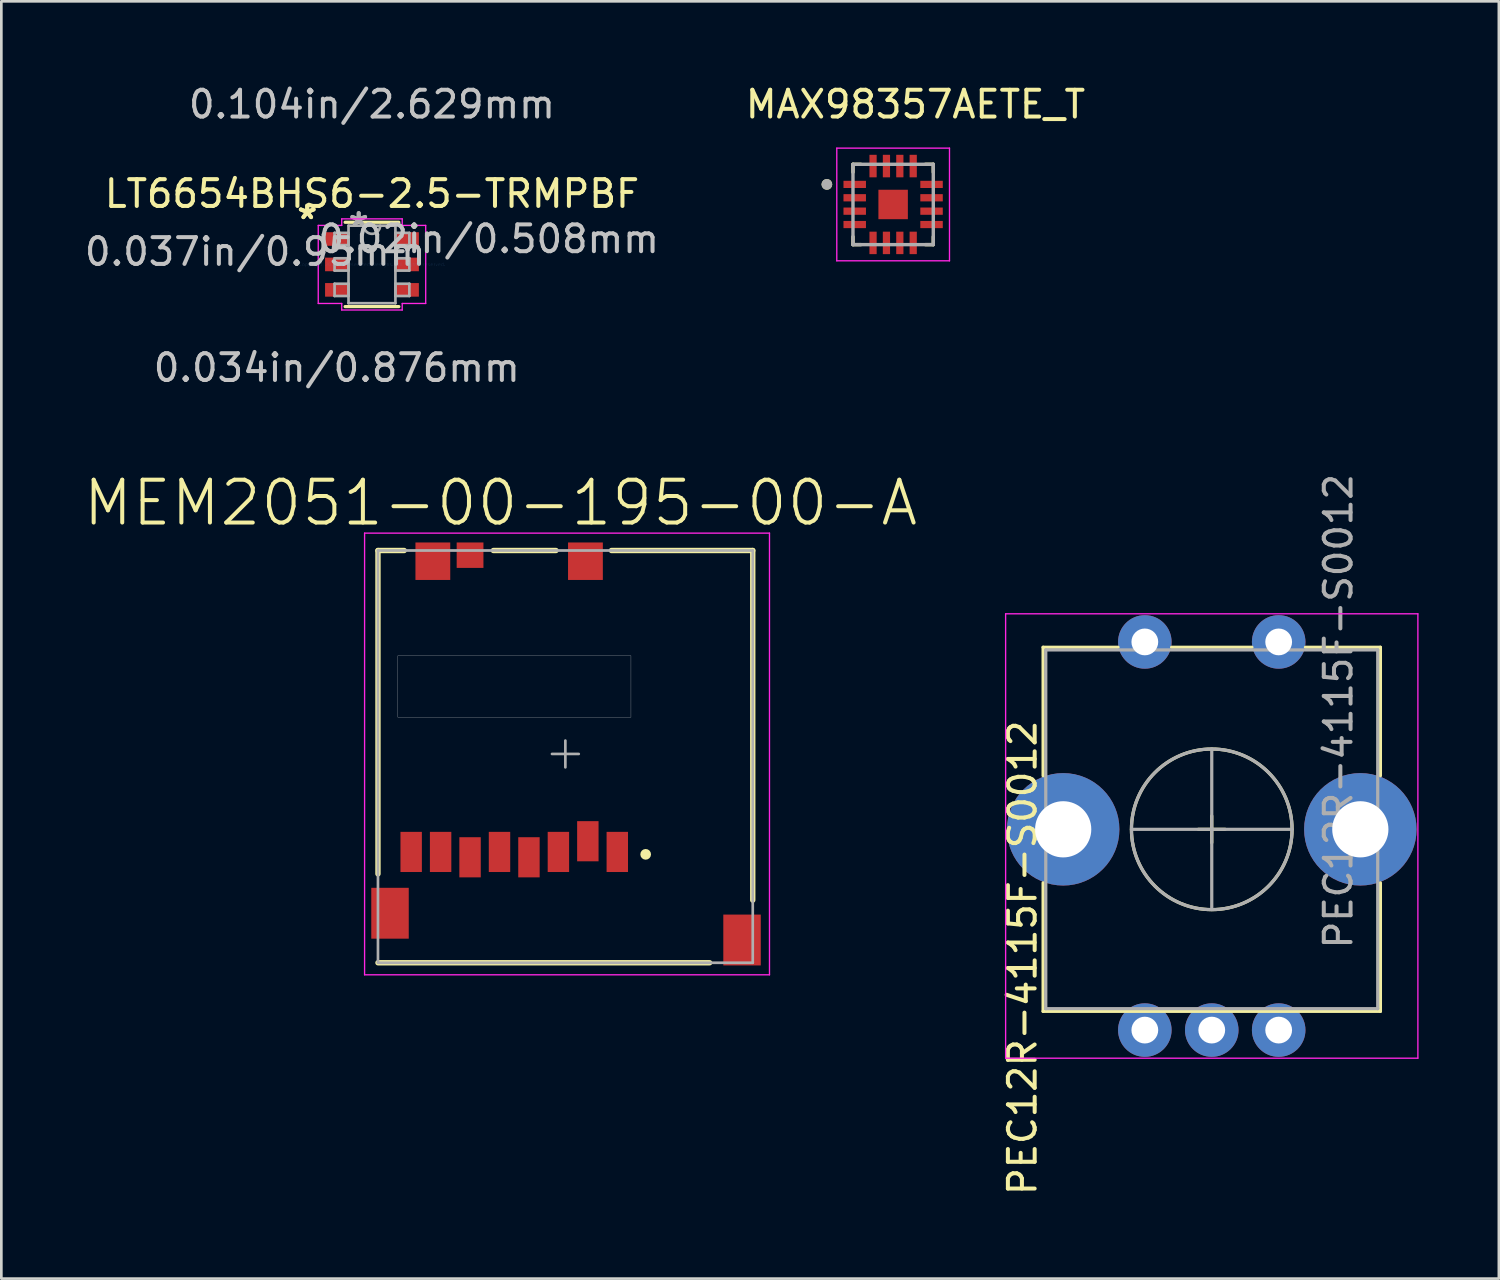
<source format=kicad_pcb>
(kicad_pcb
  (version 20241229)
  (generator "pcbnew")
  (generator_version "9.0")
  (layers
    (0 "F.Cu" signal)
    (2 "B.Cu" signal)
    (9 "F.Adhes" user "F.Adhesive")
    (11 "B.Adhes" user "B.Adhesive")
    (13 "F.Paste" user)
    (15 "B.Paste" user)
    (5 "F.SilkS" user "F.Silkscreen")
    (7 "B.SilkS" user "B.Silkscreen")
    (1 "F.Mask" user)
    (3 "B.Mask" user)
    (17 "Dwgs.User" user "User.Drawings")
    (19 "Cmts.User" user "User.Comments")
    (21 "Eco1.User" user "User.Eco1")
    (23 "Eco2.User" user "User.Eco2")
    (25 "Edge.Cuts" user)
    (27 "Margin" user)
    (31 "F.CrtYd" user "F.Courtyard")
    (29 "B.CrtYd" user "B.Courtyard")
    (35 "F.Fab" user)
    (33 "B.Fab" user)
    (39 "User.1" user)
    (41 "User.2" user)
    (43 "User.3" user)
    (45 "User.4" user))
  (footprint "LT6654BHS6-2.5-TRMPBF"
    (layer "F.Cu")
    (at 10.845 6.828)
    (property "Reference" "LT6654BHS6-2.5-TRMPBF" (at 0 -2.64 0) (layer "F.SilkS") (effects (font (size 1 1) (thickness 0.15))))
    (attr through_hole)
    (fp_line (start -1.003 1.575) (end 1.003 1.575) (stroke (width 0.12) (type solid)) (layer "F.SilkS"))
    (fp_line (start 1.003 -1.575) (end -1.003 -1.575) (stroke (width 0.12) (type solid)) (layer "F.SilkS"))
    (fp_line (start -2.007 -1.458) (end -1.13 -1.458) (stroke (width 0.05) (type solid)) (layer "F.CrtYd"))
    (fp_line (start -2.007 1.458) (end -2.007 -1.458) (stroke (width 0.05) (type solid)) (layer "F.CrtYd"))
    (fp_line (start -1.13 -1.702) (end 1.13 -1.702) (stroke (width 0.05) (type solid)) (layer "F.CrtYd"))
    (fp_line (start -1.13 -1.458) (end -1.13 -1.702) (stroke (width 0.05) (type solid)) (layer "F.CrtYd"))
    (fp_line (start -1.13 1.458) (end -2.007 1.458) (stroke (width 0.05) (type solid)) (layer "F.CrtYd"))
    (fp_line (start -1.13 1.702) (end -1.13 1.458) (stroke (width 0.05) (type solid)) (layer "F.CrtYd"))
    (fp_line (start 1.13 -1.702) (end 1.13 -1.458) (stroke (width 0.05) (type solid)) (layer "F.CrtYd"))
    (fp_line (start 1.13 -1.458) (end 2.007 -1.458) (stroke (width 0.05) (type solid)) (layer "F.CrtYd"))
    (fp_line (start 1.13 1.458) (end 1.13 1.702) (stroke (width 0.05) (type solid)) (layer "F.CrtYd"))
    (fp_line (start 1.13 1.702) (end -1.13 1.702) (stroke (width 0.05) (type solid)) (layer "F.CrtYd"))
    (fp_line (start 2.007 -1.458) (end 2.007 1.458) (stroke (width 0.05) (type solid)) (layer "F.CrtYd"))
    (fp_line (start 2.007 1.458) (end 1.13 1.458) (stroke (width 0.05) (type solid)) (layer "F.CrtYd"))
    (fp_line (start -1.397 -1.179) (end -1.397 -0.721) (stroke (width 0.1) (type solid)) (layer "F.Fab"))
    (fp_line (start -1.397 -0.721) (end -0.876 -0.721) (stroke (width 0.1) (type solid)) (layer "F.Fab"))
    (fp_line (start -1.397 -0.229) (end -1.397 0.229) (stroke (width 0.1) (type solid)) (layer "F.Fab"))
    (fp_line (start -1.397 0.229) (end -0.876 0.229) (stroke (width 0.1) (type solid)) (layer "F.Fab"))
    (fp_line (start -1.397 0.721) (end -1.397 1.179) (stroke (width 0.1) (type solid)) (layer "F.Fab"))
    (fp_line (start -1.397 1.179) (end -0.876 1.179) (stroke (width 0.1) (type solid)) (layer "F.Fab"))
    (fp_line (start -0.876 -1.448) (end -0.876 1.448) (stroke (width 0.1) (type solid)) (layer "F.Fab"))
    (fp_line (start -0.876 -1.179) (end -1.397 -1.179) (stroke (width 0.1) (type solid)) (layer "F.Fab"))
    (fp_line (start -0.876 -0.721) (end -0.876 -1.179) (stroke (width 0.1) (type solid)) (layer "F.Fab"))
    (fp_line (start -0.876 -0.229) (end -1.397 -0.229) (stroke (width 0.1) (type solid)) (layer "F.Fab"))
    (fp_line (start -0.876 0.229) (end -0.876 -0.229) (stroke (width 0.1) (type solid)) (layer "F.Fab"))
    (fp_line (start -0.876 0.721) (end -1.397 0.721) (stroke (width 0.1) (type solid)) (layer "F.Fab"))
    (fp_line (start -0.876 1.179) (end -0.876 0.721) (stroke (width 0.1) (type solid)) (layer "F.Fab"))
    (fp_line (start -0.876 1.448) (end 0.876 1.448) (stroke (width 0.1) (type solid)) (layer "F.Fab"))
    (fp_line (start 0.876 -1.448) (end -0.876 -1.448) (stroke (width 0.1) (type solid)) (layer "F.Fab"))
    (fp_line (start 0.876 -1.179) (end 0.876 -0.721) (stroke (width 0.1) (type solid)) (layer "F.Fab"))
    (fp_line (start 0.876 -0.721) (end 1.397 -0.721) (stroke (width 0.1) (type solid)) (layer "F.Fab"))
    (fp_line (start 0.876 -0.229) (end 0.876 0.229) (stroke (width 0.1) (type solid)) (layer "F.Fab"))
    (fp_line (start 0.876 0.229) (end 1.397 0.229) (stroke (width 0.1) (type solid)) (layer "F.Fab"))
    (fp_line (start 0.876 0.721) (end 0.876 1.179) (stroke (width 0.1) (type solid)) (layer "F.Fab"))
    (fp_line (start 0.876 1.179) (end 1.397 1.179) (stroke (width 0.1) (type solid)) (layer "F.Fab"))
    (fp_line (start 0.876 1.448) (end 0.876 -1.448) (stroke (width 0.1) (type solid)) (layer "F.Fab"))
    (fp_line (start 1.397 -1.179) (end 0.876 -1.179) (stroke (width 0.1) (type solid)) (layer "F.Fab"))
    (fp_line (start 1.397 -0.721) (end 1.397 -1.179) (stroke (width 0.1) (type solid)) (layer "F.Fab"))
    (fp_line (start 1.397 -0.229) (end 0.876 -0.229) (stroke (width 0.1) (type solid)) (layer "F.Fab"))
    (fp_line (start 1.397 0.229) (end 1.397 -0.229) (stroke (width 0.1) (type solid)) (layer "F.Fab"))
    (fp_line (start 1.397 0.721) (end 0.876 0.721) (stroke (width 0.1) (type solid)) (layer "F.Fab"))
    (fp_line (start 1.397 1.179) (end 1.397 0.721) (stroke (width 0.1) (type solid)) (layer "F.Fab"))
    (fp_arc (start 0.3048 -1.4478) (mid 0 -1.143) (end -0.3048 -1.4478) (stroke (width 0.1) (type solid)) (layer "F.Fab"))
    (fp_text user "*" (at -2.418 -1.651 0) (layer "F.SilkS") (effects (font (size 1 1) (thickness 0.15))))
    (fp_text user "*" (at -2.418 -1.651 0) (layer "F.SilkS") (effects (font (size 1 1) (thickness 0.15))))
    (fp_text user "0.034in/0.876mm" (at -1.314 3.861 0) (layer "Dwgs.User") (effects (font (size 1 1) (thickness 0.15))))
    (fp_text user "0.037in/0.95mm" (at -4.362 -0.475 0) (layer "Dwgs.User") (effects (font (size 1 1) (thickness 0.15))))
    (fp_text user "0.02in/0.508mm" (at 4.362 -0.95 0) (layer "Dwgs.User") (effects (font (size 1 1) (thickness 0.15))))
    (fp_text user "0.104in/2.629mm" (at 0 -5.98 0) (layer "Dwgs.User") (effects (font (size 1 1) (thickness 0.15))))
    (fp_text user "Copyright 2021 Accelerated Designs. All rights reserved." (at 0 0 0) (layer "Cmts.User") (effects (font (size 0.127 0.127) (thickness 0.002))))
    (fp_text user "*" (at -0.495 -1.372 0) (layer "F.Fab") (effects (font (size 1 1) (thickness 0.15))))
    (fp_text user "*" (at -0.495 -1.372 0) (layer "F.Fab") (effects (font (size 1 1) (thickness 0.15))))
    (pad "1" smd rect (at -1.314 -0.95) (size 0.876 0.508) (layers "F.Cu" "F.Mask" "F.Paste"))
    (pad "2" smd rect (at -1.314 0) (size 0.876 0.508) (layers "F.Cu" "F.Mask" "F.Paste"))
    (pad "3" smd rect (at -1.314 0.95) (size 0.876 0.508) (layers "F.Cu" "F.Mask" "F.Paste"))
    (pad "4" smd rect (at 1.314 0.95) (size 0.876 0.508) (layers "F.Cu" "F.Mask" "F.Paste"))
    (pad "5" smd rect (at 1.314 0) (size 0.876 0.508) (layers "F.Cu" "F.Mask" "F.Paste"))
    (pad "6" smd rect (at 1.314 -0.95) (size 0.876 0.508) (layers "F.Cu" "F.Mask" "F.Paste")))
  (footprint "PEC12R-4115F-S0012"
    (layer "F.Cu")
    (at 42.215 27.929)
    (property "Reference" "PEC12R-4115F-S0012" (at -7.07 4.8 90) (layer "F.SilkS") (effects (font (size 1 1) (thickness 0.15))))
    (attr through_hole)
    (fp_line (start -6.3 -6.8) (end -3.5 -6.8) (stroke (width 0.12) (type solid)) (layer "F.SilkS"))
    (fp_line (start -6.3 -2) (end -6.3 -6.8) (stroke (width 0.12) (type solid)) (layer "F.SilkS"))
    (fp_line (start -6.3 2) (end -6.3 6.8) (stroke (width 0.12) (type solid)) (layer "F.SilkS"))
    (fp_line (start -6.3 6.8) (end 6.3 6.8) (stroke (width 0.12) (type solid)) (layer "F.SilkS"))
    (fp_line (start -1.5 -6.8) (end 1.5 -6.8) (stroke (width 0.12) (type solid)) (layer "F.SilkS"))
    (fp_line (start -0.5 0) (end 0.5 0) (stroke (width 0.12) (type solid)) (layer "F.SilkS"))
    (fp_line (start 0 0.5) (end 0 -0.5) (stroke (width 0.12) (type solid)) (layer "F.SilkS"))
    (fp_line (start 3.5 -6.8) (end 6.3 -6.8) (stroke (width 0.12) (type solid)) (layer "F.SilkS"))
    (fp_line (start 6.3 -6.8) (end 6.3 -2) (stroke (width 0.12) (type solid)) (layer "F.SilkS"))
    (fp_line (start 6.3 2) (end 6.3 6.8) (stroke (width 0.12) (type solid)) (layer "F.SilkS"))
    (fp_circle (center 0 0) (end 3 0) (stroke (width 0.12) (type solid)) (fill no) (layer "F.SilkS"))
    (fp_line (start -7.7 8.55) (end -7.7 -8.05) (stroke (width 0.05) (type solid)) (layer "F.CrtYd"))
    (fp_line (start -7.7 8.55) (end 7.7 8.55) (stroke (width 0.05) (type solid)) (layer "F.CrtYd"))
    (fp_line (start 7.7 -8.05) (end -7.7 -8.05) (stroke (width 0.05) (type solid)) (layer "F.CrtYd"))
    (fp_line (start 7.7 -8.05) (end 7.7 8.55) (stroke (width 0.05) (type solid)) (layer "F.CrtYd"))
    (fp_line (start -6.2 -6.7) (end 6.2 -6.7) (stroke (width 0.12) (type solid)) (layer "F.Fab"))
    (fp_line (start -6.2 6.7) (end -6.2 -6.7) (stroke (width 0.12) (type solid)) (layer "F.Fab"))
    (fp_line (start -3 0) (end 3 0) (stroke (width 0.12) (type solid)) (layer "F.Fab"))
    (fp_line (start 0 3) (end 0 -3) (stroke (width 0.12) (type solid)) (layer "F.Fab"))
    (fp_line (start 6.2 -6.7) (end 6.2 6.7) (stroke (width 0.12) (type solid)) (layer "F.Fab"))
    (fp_line (start 6.2 6.7) (end -6.2 6.7) (stroke (width 0.12) (type solid)) (layer "F.Fab"))
    (fp_circle (center 0 0) (end 3 0) (stroke (width 0.12) (type solid)) (fill no) (layer "F.Fab"))
    (fp_text user "${REFERENCE}" (at 4.73 -4.41 90) (layer "F.Fab") (effects (font (size 1 1) (thickness 0.15))))
    (pad "1" thru_hole circle (at -2.5 -7 90) (size 2 2) (drill 1) (layers "*.Cu" "*.Mask"))
    (pad "2" thru_hole circle (at 2.5 -7 90) (size 2 2) (drill 1) (layers "*.Cu" "*.Mask"))
    (pad "A" thru_hole circle (at -2.5 7.5 90) (size 2 2) (drill 1) (layers "*.Cu" "*.Mask"))
    (pad "B" thru_hole circle (at 2.5 7.5 90) (size 2 2) (drill 1) (layers "*.Cu" "*.Mask"))
    (pad "C" thru_hole circle (at 0 7.5 90) (size 2 2) (drill 1) (layers "*.Cu" "*.Mask"))
    (pad "MP" thru_hole circle (at -5.55 0) (size 4.2 4.2) (drill 2.1) (layers "*.Cu" "*.Mask"))
    (pad "MP" thru_hole circle (at 5.55 0) (size 4.2 4.2) (drill 2.1) (layers "*.Cu" "*.Mask")))
  (footprint "MEM2051-00-195-00-A"
    (layer "F.Cu")
    (at 18.069 25.114)
    (property "Reference" "MEM2051-00-195-00-A" (at -2.42 -9.377 0) (layer "F.SilkS") (effects (font (size 1.6 1.6) (thickness 0.15))))
    (attr through_hole)
    (fp_line (start -7 -7.6) (end -6.02 -7.6) (stroke (width 0.2) (type solid)) (layer "F.SilkS"))
    (fp_line (start -7 4.48) (end -7 -7.6) (stroke (width 0.2) (type solid)) (layer "F.SilkS"))
    (fp_line (start -7 7.8) (end 5.39 7.8) (stroke (width 0.2) (type solid)) (layer "F.SilkS"))
    (fp_line (start -2.69 -7.6) (end -0.35 -7.6) (stroke (width 0.2) (type solid)) (layer "F.SilkS"))
    (fp_line (start 1.72 -7.6) (end 7 -7.6) (stroke (width 0.2) (type solid)) (layer "F.SilkS"))
    (fp_line (start 7 5.46) (end 7 -7.6) (stroke (width 0.2) (type solid)) (layer "F.SilkS"))
    (fp_circle (center 3 3.75) (end 3.1 3.75) (stroke (width 0.2) (type solid)) (fill no) (layer "F.SilkS"))
    (fp_poly (pts (xy -6.258 -3.67) (xy 2.45 -3.67) (xy 2.45 -1.372) (xy -6.258 -1.372)) (stroke (width 0.01) (type solid)) (fill no) (layer "Dwgs.User"))
    (fp_line (start -7.5 -8.25) (end 7.625 -8.25) (stroke (width 0.05) (type solid)) (layer "F.CrtYd"))
    (fp_line (start -7.5 8.25) (end -7.5 -8.25) (stroke (width 0.05) (type solid)) (layer "F.CrtYd"))
    (fp_line (start 7.625 -8.25) (end 7.625 8.25) (stroke (width 0.05) (type solid)) (layer "F.CrtYd"))
    (fp_line (start 7.625 8.25) (end -7.5 8.25) (stroke (width 0.05) (type solid)) (layer "F.CrtYd"))
    (fp_line (start -7 -7.6) (end 7 -7.6) (stroke (width 0.1) (type solid)) (layer "F.Fab"))
    (fp_line (start -7 7.8) (end -7 -7.6) (stroke (width 0.1) (type solid)) (layer "F.Fab"))
    (fp_line (start -7 7.8) (end 7 7.8) (stroke (width 0.1) (type solid)) (layer "F.Fab"))
    (fp_line (start -0.5 0) (end 0.5 0) (stroke (width 0.1) (type solid)) (layer "F.Fab"))
    (fp_line (start 0 0.5) (end 0 -0.5) (stroke (width 0.1) (type solid)) (layer "F.Fab"))
    (fp_line (start 7 7.8) (end 7 -7.6) (stroke (width 0.1) (type solid)) (layer "F.Fab"))
    (pad "1" smd rect (at 1.94 3.66) (size 0.8 1.5) (layers "F.Cu" "F.Mask" "F.Paste"))
    (pad "2" smd rect (at 0.84 3.26) (size 0.8 1.5) (layers "F.Cu" "F.Mask" "F.Paste"))
    (pad "3" smd rect (at -0.26 3.66) (size 0.8 1.5) (layers "F.Cu" "F.Mask" "F.Paste"))
    (pad "4" smd rect (at -1.36 3.86) (size 0.8 1.5) (layers "F.Cu" "F.Mask" "F.Paste"))
    (pad "5" smd rect (at -2.46 3.66) (size 0.8 1.5) (layers "F.Cu" "F.Mask" "F.Paste"))
    (pad "6" smd rect (at -3.56 3.86) (size 0.8 1.5) (layers "F.Cu" "F.Mask" "F.Paste"))
    (pad "7" smd rect (at -4.66 3.66) (size 0.8 1.5) (layers "F.Cu" "F.Mask" "F.Paste"))
    (pad "8" smd rect (at -5.76 3.66) (size 0.8 1.5) (layers "F.Cu" "F.Mask" "F.Paste"))
    (pad "9" smd rect (at -3.56 -7.425) (size 1 0.95) (layers "F.Cu" "F.Mask" "F.Paste"))
    (pad "10" smd rect (at -4.95 -7.2) (size 1.3 1.4) (layers "F.Cu" "F.Mask" "F.Paste"))
    (pad "11" smd rect (at 0.75 -7.2) (size 1.3 1.4) (layers "F.Cu" "F.Mask" "F.Paste"))
    (pad "12" smd rect (at -6.55 5.95) (size 1.4 1.9) (layers "F.Cu" "F.Mask" "F.Paste"))
    (pad "13" smd rect (at 6.6 6.95) (size 1.4 1.9) (layers "F.Cu" "F.Mask" "F.Paste")))
  (footprint "MAX98357AETE_T"
    (layer "F.Cu")
    (at 30.313 4.588)
    (property "Reference" "MAX98357AETE_T" (at 0.835 -3.74 0) (layer "F.SilkS") (effects (font (size 1 1) (thickness 0.15))))
    (attr through_hole)
    (fp_line (start -1.5 -1.5) (end -1.5 -1.205) (stroke (width 0.127) (type solid)) (layer "F.SilkS"))
    (fp_line (start -1.5 -1.5) (end -1.205 -1.5) (stroke (width 0.127) (type solid)) (layer "F.SilkS"))
    (fp_line (start -1.5 1.5) (end -1.5 1.205) (stroke (width 0.127) (type solid)) (layer "F.SilkS"))
    (fp_line (start -1.5 1.5) (end -1.205 1.5) (stroke (width 0.127) (type solid)) (layer "F.SilkS"))
    (fp_line (start 1.5 -1.5) (end 1.205 -1.5) (stroke (width 0.127) (type solid)) (layer "F.SilkS"))
    (fp_line (start 1.5 -1.5) (end 1.5 -1.205) (stroke (width 0.127) (type solid)) (layer "F.SilkS"))
    (fp_line (start 1.5 1.5) (end 1.205 1.5) (stroke (width 0.127) (type solid)) (layer "F.SilkS"))
    (fp_line (start 1.5 1.5) (end 1.5 1.205) (stroke (width 0.127) (type solid)) (layer "F.SilkS"))
    (fp_circle (center -2.475 -0.75) (end -2.375 -0.75) (stroke (width 0.2) (type solid)) (fill no) (layer "F.SilkS"))
    (fp_poly (pts (xy -0.35 -0.35) (xy 0.35 -0.35) (xy 0.35 0.35) (xy -0.35 0.35)) (stroke (width 0.01) (type solid)) (fill yes) (layer "F.Paste"))
    (fp_line (start -2.105 -2.105) (end 2.105 -2.105) (stroke (width 0.05) (type solid)) (layer "F.CrtYd"))
    (fp_line (start -2.105 2.105) (end -2.105 -2.105) (stroke (width 0.05) (type solid)) (layer "F.CrtYd"))
    (fp_line (start -2.105 2.105) (end 2.105 2.105) (stroke (width 0.05) (type solid)) (layer "F.CrtYd"))
    (fp_line (start 2.105 2.105) (end 2.105 -2.105) (stroke (width 0.05) (type solid)) (layer "F.CrtYd"))
    (fp_line (start -1.5 1.5) (end -1.5 -1.5) (stroke (width 0.127) (type solid)) (layer "F.Fab"))
    (fp_line (start 1.5 -1.5) (end -1.5 -1.5) (stroke (width 0.127) (type solid)) (layer "F.Fab"))
    (fp_line (start 1.5 1.5) (end -1.5 1.5) (stroke (width 0.127) (type solid)) (layer "F.Fab"))
    (fp_line (start 1.5 1.5) (end 1.5 -1.5) (stroke (width 0.127) (type solid)) (layer "F.Fab"))
    (fp_circle (center -2.475 -0.75) (end -2.375 -0.75) (stroke (width 0.2) (type solid)) (fill no) (layer "F.Fab"))
    (pad "1" smd roundrect (at -1.435 -0.75) (size 0.84 0.27) (layers "F.Cu" "F.Mask" "F.Paste") (roundrect_rratio 0.03))
    (pad "2" smd roundrect (at -1.435 -0.25) (size 0.84 0.27) (layers "F.Cu" "F.Mask" "F.Paste") (roundrect_rratio 0.03))
    (pad "3" smd roundrect (at -1.435 0.25) (size 0.84 0.27) (layers "F.Cu" "F.Mask" "F.Paste") (roundrect_rratio 0.03))
    (pad "4" smd roundrect (at -1.435 0.75) (size 0.84 0.27) (layers "F.Cu" "F.Mask" "F.Paste") (roundrect_rratio 0.03))
    (pad "5" smd roundrect (at -0.75 1.435) (size 0.27 0.84) (layers "F.Cu" "F.Mask" "F.Paste") (roundrect_rratio 0.03))
    (pad "6" smd roundrect (at -0.25 1.435) (size 0.27 0.84) (layers "F.Cu" "F.Mask" "F.Paste") (roundrect_rratio 0.03))
    (pad "7" smd roundrect (at 0.25 1.435) (size 0.27 0.84) (layers "F.Cu" "F.Mask" "F.Paste") (roundrect_rratio 0.03))
    (pad "8" smd roundrect (at 0.75 1.435) (size 0.27 0.84) (layers "F.Cu" "F.Mask" "F.Paste") (roundrect_rratio 0.03))
    (pad "9" smd roundrect (at 1.435 0.75) (size 0.84 0.27) (layers "F.Cu" "F.Mask" "F.Paste") (roundrect_rratio 0.03))
    (pad "10" smd roundrect (at 1.435 0.25) (size 0.84 0.27) (layers "F.Cu" "F.Mask" "F.Paste") (roundrect_rratio 0.03))
    (pad "11" smd roundrect (at 1.435 -0.25) (size 0.84 0.27) (layers "F.Cu" "F.Mask" "F.Paste") (roundrect_rratio 0.03))
    (pad "12" smd roundrect (at 1.435 -0.75) (size 0.84 0.27) (layers "F.Cu" "F.Mask" "F.Paste") (roundrect_rratio 0.03))
    (pad "13" smd roundrect (at 0.75 -1.435) (size 0.27 0.84) (layers "F.Cu" "F.Mask" "F.Paste") (roundrect_rratio 0.03))
    (pad "14" smd roundrect (at 0.25 -1.435) (size 0.27 0.84) (layers "F.Cu" "F.Mask" "F.Paste") (roundrect_rratio 0.03))
    (pad "15" smd roundrect (at -0.25 -1.435) (size 0.27 0.84) (layers "F.Cu" "F.Mask" "F.Paste") (roundrect_rratio 0.03))
    (pad "16" smd roundrect (at -0.75 -1.435) (size 0.27 0.84) (layers "F.Cu" "F.Mask" "F.Paste") (roundrect_rratio 0.03))
    (pad "17" smd rect (at 0 0) (size 1.1 1.1) (layers "F.Cu" "F.Mask")))
  (gr_rect
    (start -3 -3)
    (end 52.94 44.712)
    (stroke (width 0.1) (type default))
    (fill no)
    (layer "Edge.Cuts")))
</source>
